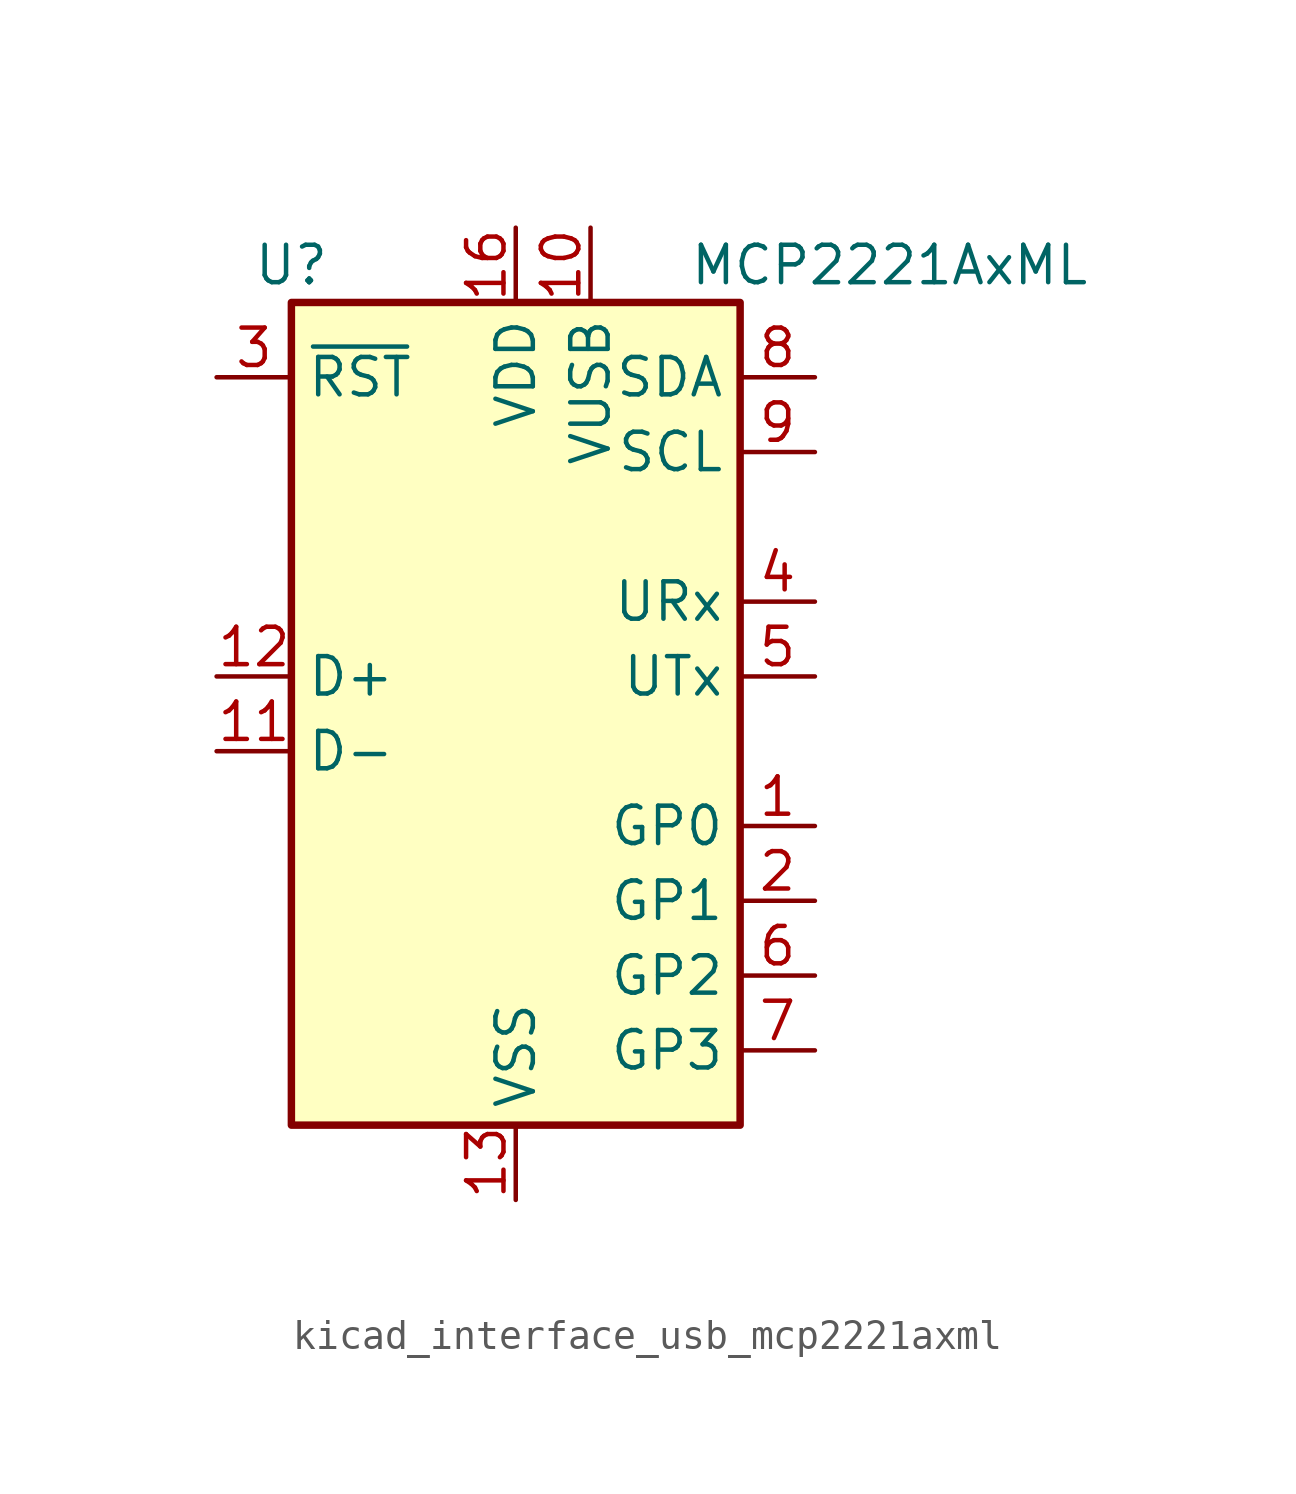
<source format=kicad_sym>
(kicad_symbol_lib
  (version 20220914)
  (generator kicad_symbol_editor)
  (symbol "kicad_interface_usb_mcp2221axml"
    (property "Reference" "U"
      (at -7.62 16.51 0)
      (effects (font (size 1.27 1.27))))
    (property "Value" "MCP2221AxML"
      (at 12.7 16.51 0)
      (effects (font (size 1.27 1.27))))
    (symbol "kicad_interface_usb_mcp2221axml_0_1"
      (rectangle (start -7.62 15.24) (end 7.62 -12.7) (stroke (width 0.254) (type default)) (fill (type background))))
    (symbol "kicad_interface_usb_mcp2221axml_1_1"
      (pin bidirectional line (at 10.16 -2.54 180) (length 2.54) (name "GP0" (effects (font (size 1.27 1.27)))) (number "1" (effects (font (size 1.27 1.27)))))
      (pin passive line (at 2.54 17.78 270) (length 2.54) (name "VUSB" (effects (font (size 1.27 1.27)))) (number "10" (effects (font (size 1.27 1.27)))))
      (pin bidirectional line (at -10.16 0 0) (length 2.54) (name "D-" (effects (font (size 1.27 1.27)))) (number "11" (effects (font (size 1.27 1.27)))))
      (pin bidirectional line (at -10.16 2.54 0) (length 2.54) (name "D+" (effects (font (size 1.27 1.27)))) (number "12" (effects (font (size 1.27 1.27)))))
      (pin power_in line (at 0 -15.24 90) (length 2.54) (name "VSS" (effects (font (size 1.27 1.27)))) (number "13" (effects (font (size 1.27 1.27)))))
      (pin no_connect line (at -7.62 -2.54 0) (length 2.54) hide (name "NC" (effects (font (size 1.27 1.27)))) (number "14" (effects (font (size 1.27 1.27)))))
      (pin no_connect line (at -7.62 -5.08 0) (length 2.54) hide (name "NC" (effects (font (size 1.27 1.27)))) (number "15" (effects (font (size 1.27 1.27)))))
      (pin power_in line (at 0 17.78 270) (length 2.54) (name "VDD" (effects (font (size 1.27 1.27)))) (number "16" (effects (font (size 1.27 1.27)))))
      (pin no_connect line (at -7.62 -7.62 0) (length 2.54) hide (name "NC" (effects (font (size 1.27 1.27)))) (number "17" (effects (font (size 1.27 1.27)))))
      (pin bidirectional line (at 10.16 -5.08 180) (length 2.54) (name "GP1" (effects (font (size 1.27 1.27)))) (number "2" (effects (font (size 1.27 1.27)))))
      (pin input line (at -10.16 12.7 0) (length 2.54) (name "~{RST}" (effects (font (size 1.27 1.27)))) (number "3" (effects (font (size 1.27 1.27)))))
      (pin input line (at 10.16 5.08 180) (length 2.54) (name "URx" (effects (font (size 1.27 1.27)))) (number "4" (effects (font (size 1.27 1.27)))))
      (pin output line (at 10.16 2.54 180) (length 2.54) (name "UTx" (effects (font (size 1.27 1.27)))) (number "5" (effects (font (size 1.27 1.27)))))
      (pin bidirectional line (at 10.16 -7.62 180) (length 2.54) (name "GP2" (effects (font (size 1.27 1.27)))) (number "6" (effects (font (size 1.27 1.27)))))
      (pin bidirectional line (at 10.16 -10.16 180) (length 2.54) (name "GP3" (effects (font (size 1.27 1.27)))) (number "7" (effects (font (size 1.27 1.27)))))
      (pin bidirectional line (at 10.16 12.7 180) (length 2.54) (name "SDA" (effects (font (size 1.27 1.27)))) (number "8" (effects (font (size 1.27 1.27)))))
      (pin bidirectional line (at 10.16 10.16 180) (length 2.54) (name "SCL" (effects (font (size 1.27 1.27)))) (number "9" (effects (font (size 1.27 1.27))))))))
</source>
